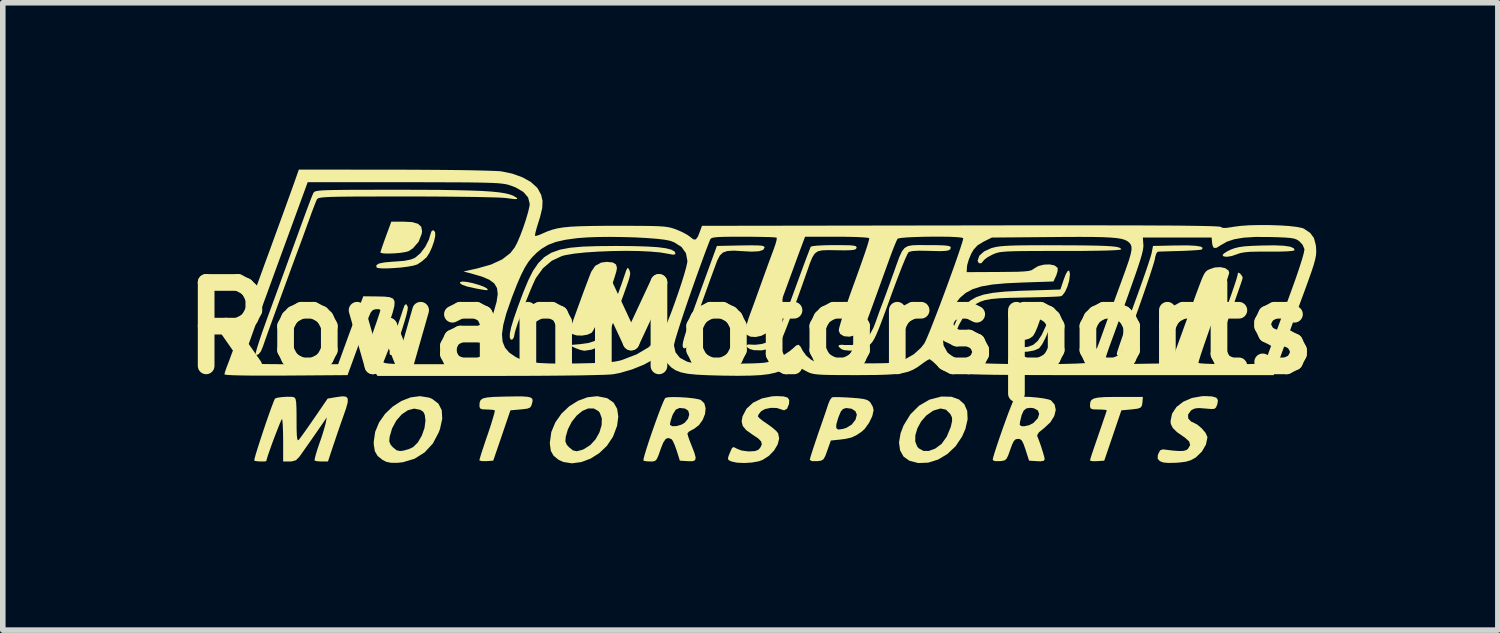
<source format=kicad_pcb>
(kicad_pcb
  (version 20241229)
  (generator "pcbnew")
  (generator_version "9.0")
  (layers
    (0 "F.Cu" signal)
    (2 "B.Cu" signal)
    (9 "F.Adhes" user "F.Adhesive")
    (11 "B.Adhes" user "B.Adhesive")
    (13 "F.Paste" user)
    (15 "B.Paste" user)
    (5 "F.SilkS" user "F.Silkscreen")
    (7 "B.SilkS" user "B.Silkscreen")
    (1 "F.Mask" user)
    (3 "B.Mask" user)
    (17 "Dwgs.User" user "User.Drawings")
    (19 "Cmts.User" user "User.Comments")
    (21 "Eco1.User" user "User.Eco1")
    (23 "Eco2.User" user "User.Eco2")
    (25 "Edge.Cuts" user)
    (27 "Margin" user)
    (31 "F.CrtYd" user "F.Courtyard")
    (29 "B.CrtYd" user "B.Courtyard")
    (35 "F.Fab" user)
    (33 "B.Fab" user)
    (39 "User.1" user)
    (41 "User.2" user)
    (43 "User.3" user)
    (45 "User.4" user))
  (footprint "RowanMotorsports"
    (layer "F.Cu")
    (at 10.443 2.851)
    (property "Reference" "RowanMotorsports" (at 0 0 0) (layer "F.SilkS") (effects (font (size 1.5 1.5) (thickness 0.3))))
    (attr board_only exclude_from_pos_files exclude_from_bom)
    (fp_poly (pts (xy -5.091 -0.83) (xy -4.99 -0.809) (xy -4.886 -0.779) (xy -4.795 -0.746) (xy -4.736 -0.713) (xy -4.721 -0.693) (xy -4.729 -0.684) (xy -4.761 -0.684) (xy -4.829 -0.694) (xy -4.943 -0.715) (xy -4.947 -0.716) (xy -5.091 -0.748) (xy -5.184 -0.781) (xy -5.222 -0.811) (xy -5.216 -0.829) (xy -5.172 -0.838)) (stroke (width 0) (type solid)) (fill yes) (layer "F.SilkS"))
    (fp_poly (pts (xy -6.082 -1.907) (xy -5.977 -1.877) (xy -5.919 -1.825) (xy -5.903 -1.745) (xy -5.909 -1.698) (xy -5.965 -1.553) (xy -6.068 -1.435) (xy -6.14 -1.387) (xy -6.2 -1.369) (xy -6.292 -1.354) (xy -6.398 -1.345) (xy -6.503 -1.341) (xy -6.59 -1.343) (xy -6.643 -1.353) (xy -6.652 -1.362) (xy -6.642 -1.397) (xy -6.616 -1.475) (xy -6.578 -1.582) (xy -6.554 -1.648) (xy -6.456 -1.915) (xy -6.24 -1.915)) (stroke (width 0) (type solid)) (fill yes) (layer "F.SilkS"))
    (fp_poly (pts (xy -6.167 -0.399) (xy -6.159 -0.374) (xy -6.164 -0.325) (xy -6.185 -0.234) (xy -6.22 -0.113) (xy -6.262 0.023) (xy -6.309 0.163) (xy -6.356 0.292) (xy -6.398 0.397) (xy -6.43 0.465) (xy -6.441 0.48) (xy -6.472 0.483) (xy -6.487 0.46) (xy -6.485 0.413) (xy -6.465 0.324) (xy -6.43 0.206) (xy -6.394 0.1) (xy -6.344 -0.04) (xy -6.299 -0.172) (xy -6.264 -0.277) (xy -6.249 -0.324) (xy -6.218 -0.409) (xy -6.191 -0.434)) (stroke (width 0) (type solid)) (fill yes) (layer "F.SilkS"))
    (fp_poly (pts (xy 5.433 -0.313) (xy 5.439 -0.27) (xy 5.432 -0.186) (xy 5.402 -0.071) (xy 5.358 0.058) (xy 5.304 0.183) (xy 5.249 0.289) (xy 5.198 0.357) (xy 5.185 0.367) (xy 5.1 0.402) (xy 4.985 0.423) (xy 4.87 0.428) (xy 4.804 0.418) (xy 4.755 0.394) (xy 4.759 0.369) (xy 4.81 0.352) (xy 4.879 0.347) (xy 4.994 0.336) (xy 5.088 0.3) (xy 5.169 0.23) (xy 5.241 0.121) (xy 5.313 -0.035) (xy 5.372 -0.197) (xy 5.404 -0.286) (xy 5.423 -0.323)) (stroke (width 0) (type solid)) (fill yes) (layer "F.SilkS"))
    (fp_poly (pts (xy 5.216 -0.43) (xy 5.245 -0.409) (xy 5.253 -0.391) (xy 5.254 -0.335) (xy 5.235 -0.242) (xy 5.203 -0.129) (xy 5.162 -0.015) (xy 5.119 0.084) (xy 5.082 0.144) (xy 5.017 0.189) (xy 4.922 0.216) (xy 4.82 0.223) (xy 4.733 0.208) (xy 4.691 0.182) (xy 4.672 0.148) (xy 4.669 0.103) (xy 4.685 0.031) (xy 4.721 -0.081) (xy 4.721 -0.082) (xy 4.773 -0.225) (xy 4.82 -0.319) (xy 4.874 -0.377) (xy 4.944 -0.409) (xy 5.041 -0.426) (xy 5.06 -0.428) (xy 5.16 -0.436)) (stroke (width 0) (type solid)) (fill yes) (layer "F.SilkS"))
    (fp_poly (pts (xy 9.593 -1.482) (xy 9.708 -1.465) (xy 9.772 -1.437) (xy 9.789 -1.403) (xy 9.759 -1.391) (xy 9.672 -1.382) (xy 9.531 -1.377) (xy 9.337 -1.376) (xy 9.329 -1.376) (xy 9.136 -1.376) (xy 8.993 -1.373) (xy 8.889 -1.364) (xy 8.813 -1.35) (xy 8.757 -1.331) (xy 8.658 -1.297) (xy 8.57 -1.283) (xy 8.51 -1.291) (xy 8.492 -1.314) (xy 8.517 -1.343) (xy 8.582 -1.384) (xy 8.635 -1.41) (xy 8.707 -1.437) (xy 8.787 -1.457) (xy 8.889 -1.471) (xy 9.027 -1.48) (xy 9.201 -1.486) (xy 9.425 -1.489)) (stroke (width 0) (type solid)) (fill yes) (layer "F.SilkS"))
    (fp_poly (pts (xy -2.473 -1.181) (xy -2.415 -1.145) (xy -2.398 -1.083) (xy -2.409 -1.021) (xy -2.44 -0.917) (xy -2.485 -0.782) (xy -2.541 -0.627) (xy -2.603 -0.465) (xy -2.668 -0.305) (xy -2.729 -0.158) (xy -2.784 -0.037) (xy -2.828 0.047) (xy -2.853 0.083) (xy -2.927 0.117) (xy -3.025 0.134) (xy -3.123 0.131) (xy -3.196 0.108) (xy -3.207 0.1) (xy -3.239 0.053) (xy -3.243 0.035) (xy -3.233 0.000202) (xy -3.206 -0.081) (xy -3.165 -0.196) (xy -3.114 -0.337) (xy -3.058 -0.49) (xy -3.001 -0.647) (xy -2.945 -0.795) (xy -2.896 -0.925) (xy -2.861 -1.014) (xy -2.79 -1.12) (xy -2.682 -1.179) (xy -2.58 -1.192)) (stroke (width 0) (type solid)) (fill yes) (layer "F.SilkS"))
    (fp_poly (pts (xy 8.802 -0.986) (xy 8.809 -0.98) (xy 8.847 -0.931) (xy 8.854 -0.905) (xy 8.844 -0.867) (xy 8.816 -0.783) (xy 8.774 -0.662) (xy 8.722 -0.513) (xy 8.662 -0.346) (xy 8.599 -0.171) (xy 8.535 0.003) (xy 8.474 0.166) (xy 8.42 0.308) (xy 8.406 0.345) (xy 8.365 0.43) (xy 8.325 0.482) (xy 8.294 0.494) (xy 8.281 0.46) (xy 8.281 0.454) (xy 8.291 0.413) (xy 8.319 0.324) (xy 8.363 0.195) (xy 8.418 0.037) (xy 8.484 -0.144) (xy 8.522 -0.249) (xy 8.591 -0.438) (xy 8.652 -0.611) (xy 8.703 -0.759) (xy 8.74 -0.873) (xy 8.76 -0.943) (xy 8.763 -0.96) (xy 8.771 -0.999)) (stroke (width 0) (type solid)) (fill yes) (layer "F.SilkS"))
    (fp_poly (pts (xy -5.673 -1.734) (xy -5.668 -1.723) (xy -5.666 -1.659) (xy -5.687 -1.562) (xy -5.725 -1.453) (xy -5.772 -1.351) (xy -5.821 -1.276) (xy -5.823 -1.274) (xy -5.902 -1.204) (xy -5.986 -1.147) (xy -5.988 -1.146) (xy -6.054 -1.125) (xy -6.157 -1.106) (xy -6.282 -1.09) (xy -6.414 -1.08) (xy -6.538 -1.074) (xy -6.641 -1.075) (xy -6.707 -1.084) (xy -6.722 -1.093) (xy -6.725 -1.132) (xy -6.678 -1.162) (xy -6.578 -1.182) (xy -6.421 -1.196) (xy -6.395 -1.197) (xy -6.226 -1.21) (xy -6.105 -1.234) (xy -6.03 -1.265) (xy -5.934 -1.346) (xy -5.845 -1.463) (xy -5.78 -1.592) (xy -5.759 -1.665) (xy -5.735 -1.739) (xy -5.704 -1.764)) (stroke (width 0) (type solid)) (fill yes) (layer "F.SilkS"))
    (fp_poly (pts (xy 7.053 1.323) (xy 7.044 1.388) (xy 7.022 1.426) (xy 6.971 1.447) (xy 6.879 1.459) (xy 6.841 1.463) (xy 6.673 1.478) (xy 6.519 1.931) (xy 6.365 2.383) (xy 6.237 2.392) (xy 6.159 2.393) (xy 6.113 2.383) (xy 6.109 2.377) (xy 6.118 2.342) (xy 6.144 2.26) (xy 6.184 2.142) (xy 6.233 1.999) (xy 6.26 1.921) (xy 6.312 1.771) (xy 6.356 1.641) (xy 6.39 1.543) (xy 6.408 1.486) (xy 6.41 1.477) (xy 6.383 1.469) (xy 6.314 1.464) (xy 6.26 1.463) (xy 6.17 1.461) (xy 6.125 1.448) (xy 6.11 1.418) (xy 6.109 1.39) (xy 6.113 1.334) (xy 6.133 1.293) (xy 6.177 1.266) (xy 6.252 1.249) (xy 6.367 1.24) (xy 6.53 1.237) (xy 6.624 1.237) (xy 7.059 1.237)) (stroke (width 0) (type solid)) (fill yes) (layer "F.SilkS"))
    (fp_poly (pts (xy -2.193 -1.077) (xy -2.177 -1.047) (xy -2.167 -1.023) (xy -2.161 -0.998) (xy -2.162 -0.966) (xy -2.171 -0.92) (xy -2.191 -0.851) (xy -2.225 -0.753) (xy -2.273 -0.618) (xy -2.339 -0.439) (xy -2.393 -0.291) (xy -2.457 -0.124) (xy -2.519 0.028) (xy -2.575 0.153) (xy -2.619 0.24) (xy -2.643 0.275) (xy -2.734 0.34) (xy -2.856 0.387) (xy -2.98 0.406) (xy -2.986 0.406) (xy -3.053 0.393) (xy -3.139 0.361) (xy -3.152 0.355) (xy -3.258 0.305) (xy -3.062 0.288) (xy -2.916 0.268) (xy -2.812 0.236) (xy -2.733 0.185) (xy -2.694 0.146) (xy -2.667 0.1) (xy -2.625 0.007) (xy -2.57 -0.122) (xy -2.508 -0.278) (xy -2.441 -0.45) (xy -2.375 -0.628) (xy -2.312 -0.802) (xy -2.262 -0.95) (xy -2.231 -1.04) (xy -2.21 -1.08)) (stroke (width 0) (type solid)) (fill yes) (layer "F.SilkS"))
    (fp_poly (pts (xy 0.119 -1.488) (xy 0.195 -1.484) (xy 0.238 -1.474) (xy 0.255 -1.459) (xy 0.256 -1.449) (xy 0.231 -1.407) (xy 0.153 -1.382) (xy 0.02 -1.376) (xy -0.13 -1.384) (xy -0.295 -1.394) (xy -0.412 -1.387) (xy -0.493 -1.359) (xy -0.548 -1.306) (xy -0.591 -1.224) (xy -0.599 -1.205) (xy -0.655 -1.053) (xy -0.719 -0.879) (xy -0.787 -0.69) (xy -0.857 -0.496) (xy -0.925 -0.305) (xy -0.988 -0.125) (xy -1.043 0.034) (xy -1.087 0.164) (xy -1.118 0.257) (xy -1.131 0.303) (xy -1.131 0.305) (xy -1.149 0.351) (xy -1.186 0.365) (xy -1.202 0.356) (xy -1.214 0.336) (xy -1.217 0.302) (xy -1.209 0.249) (xy -1.189 0.17) (xy -1.155 0.061) (xy -1.106 -0.085) (xy -1.04 -0.273) (xy -0.954 -0.51) (xy -0.909 -0.633) (xy -0.601 -1.478) (xy -0.172 -1.487) (xy -0.001 -1.489)) (stroke (width 0) (type solid)) (fill yes) (layer "F.SilkS"))
    (fp_poly (pts (xy -4.098 1.228) (xy -4.004 1.235) (xy -3.947 1.249) (xy -3.92 1.272) (xy -3.915 1.306) (xy -3.921 1.336) (xy -3.938 1.395) (xy -3.962 1.429) (xy -4.008 1.447) (xy -4.092 1.458) (xy -4.143 1.463) (xy -4.314 1.478) (xy -4.468 1.931) (xy -4.623 2.383) (xy -4.747 2.392) (xy -4.824 2.392) (xy -4.868 2.38) (xy -4.872 2.373) (xy -4.862 2.336) (xy -4.837 2.252) (xy -4.798 2.134) (xy -4.75 1.99) (xy -4.725 1.919) (xy -4.675 1.77) (xy -4.635 1.641) (xy -4.607 1.544) (xy -4.594 1.488) (xy -4.595 1.479) (xy -4.632 1.469) (xy -4.707 1.464) (xy -4.741 1.463) (xy -4.823 1.459) (xy -4.861 1.442) (xy -4.871 1.404) (xy -4.871 1.395) (xy -4.867 1.335) (xy -4.849 1.292) (xy -4.808 1.264) (xy -4.735 1.247) (xy -4.621 1.237) (xy -4.457 1.232) (xy -4.429 1.231) (xy -4.237 1.228)) (stroke (width 0) (type solid)) (fill yes) (layer "F.SilkS"))
    (fp_poly (pts (xy 5.518 -1.49) (xy 5.814 -1.489) (xy 6.055 -1.487) (xy 6.246 -1.483) (xy 6.394 -1.478) (xy 6.503 -1.471) (xy 6.581 -1.462) (xy 6.631 -1.45) (xy 6.659 -1.435) (xy 6.672 -1.417) (xy 6.645 -1.409) (xy 6.561 -1.402) (xy 6.42 -1.396) (xy 6.227 -1.392) (xy 5.983 -1.389) (xy 5.691 -1.388) (xy 5.588 -1.388) (xy 5.302 -1.388) (xy 5.07 -1.387) (xy 4.884 -1.386) (xy 4.74 -1.383) (xy 4.629 -1.379) (xy 4.546 -1.373) (xy 4.483 -1.365) (xy 4.435 -1.354) (xy 4.395 -1.34) (xy 4.356 -1.323) (xy 4.351 -1.321) (xy 4.266 -1.275) (xy 4.206 -1.229) (xy 4.19 -1.208) (xy 4.154 -1.168) (xy 4.112 -1.167) (xy 4.089 -1.206) (xy 4.088 -1.214) (xy 4.118 -1.302) (xy 4.202 -1.378) (xy 4.332 -1.438) (xy 4.357 -1.445) (xy 4.413 -1.459) (xy 4.481 -1.47) (xy 4.569 -1.478) (xy 4.684 -1.484) (xy 4.833 -1.488) (xy 5.021 -1.49) (xy 5.257 -1.491)) (stroke (width 0) (type solid)) (fill yes) (layer "F.SilkS"))
    (fp_poly (pts (xy 5.746 -0.986) (xy 5.747 -0.963) (xy 5.735 -0.858) (xy 5.703 -0.748) (xy 5.66 -0.653) (xy 5.612 -0.589) (xy 5.585 -0.574) (xy 5.536 -0.569) (xy 5.437 -0.564) (xy 5.298 -0.559) (xy 5.129 -0.555) (xy 4.941 -0.551) (xy 4.902 -0.55) (xy 4.665 -0.545) (xy 4.478 -0.537) (xy 4.334 -0.524) (xy 4.222 -0.504) (xy 4.134 -0.475) (xy 4.059 -0.435) (xy 3.99 -0.381) (xy 3.931 -0.326) (xy 3.835 -0.206) (xy 3.747 -0.049) (xy 3.681 0.121) (xy 3.665 0.181) (xy 3.648 0.238) (xy 3.632 0.24) (xy 3.621 0.219) (xy 3.61 0.16) (xy 3.622 0.081) (xy 3.66 -0.03) (xy 3.728 -0.181) (xy 3.728 -0.181) (xy 3.796 -0.31) (xy 3.869 -0.414) (xy 3.955 -0.495) (xy 4.061 -0.557) (xy 4.195 -0.603) (xy 4.363 -0.635) (xy 4.575 -0.657) (xy 4.836 -0.671) (xy 4.96 -0.675) (xy 5.576 -0.694) (xy 5.634 -0.867) (xy 5.674 -0.972) (xy 5.709 -1.029) (xy 5.734 -1.034)) (stroke (width 0) (type solid)) (fill yes) (layer "F.SilkS"))
    (fp_poly (pts (xy 3.616 1.234) (xy 3.752 1.282) (xy 3.848 1.368) (xy 3.901 1.489) (xy 3.908 1.639) (xy 3.868 1.813) (xy 3.808 1.95) (xy 3.691 2.125) (xy 3.543 2.264) (xy 3.376 2.364) (xy 3.198 2.419) (xy 3.019 2.426) (xy 2.86 2.384) (xy 2.755 2.309) (xy 2.693 2.197) (xy 2.674 2.055) (xy 2.677 2.04) (xy 2.966 2.04) (xy 3.004 2.134) (xy 3.032 2.163) (xy 3.115 2.208) (xy 3.208 2.209) (xy 3.324 2.167) (xy 3.439 2.082) (xy 3.534 1.949) (xy 3.604 1.779) (xy 3.609 1.76) (xy 3.629 1.668) (xy 3.627 1.607) (xy 3.601 1.551) (xy 3.595 1.542) (xy 3.518 1.466) (xy 3.422 1.445) (xy 3.303 1.479) (xy 3.279 1.49) (xy 3.165 1.571) (xy 3.072 1.678) (xy 3.005 1.801) (xy 2.968 1.925) (xy 2.966 2.04) (xy 2.677 2.04) (xy 2.702 1.891) (xy 2.756 1.75) (xy 2.879 1.55) (xy 3.036 1.394) (xy 3.221 1.286) (xy 3.427 1.232) (xy 3.441 1.23)) (stroke (width 0) (type solid)) (fill yes) (layer "F.SilkS"))
    (fp_poly (pts (xy -2.585 1.257) (xy -2.565 1.265) (xy -2.459 1.339) (xy -2.395 1.45) (xy -2.374 1.591) (xy -2.396 1.757) (xy -2.464 1.939) (xy -2.475 1.961) (xy -2.58 2.118) (xy -2.717 2.248) (xy -2.874 2.347) (xy -3.042 2.409) (xy -3.208 2.431) (xy -3.362 2.407) (xy -3.445 2.37) (xy -3.536 2.297) (xy -3.587 2.209) (xy -3.604 2.086) (xy -3.605 2.054) (xy -3.602 2.037) (xy -3.326 2.037) (xy -3.3 2.098) (xy -3.262 2.14) (xy -3.191 2.198) (xy -3.121 2.214) (xy -3.031 2.191) (xy -2.993 2.176) (xy -2.877 2.102) (xy -2.782 1.998) (xy -2.713 1.874) (xy -2.674 1.745) (xy -2.67 1.623) (xy -2.707 1.522) (xy -2.73 1.493) (xy -2.816 1.444) (xy -2.915 1.444) (xy -3.019 1.488) (xy -3.12 1.57) (xy -3.21 1.682) (xy -3.28 1.818) (xy -3.319 1.953) (xy -3.326 2.037) (xy -3.602 2.037) (xy -3.579 1.869) (xy -3.506 1.694) (xy -3.396 1.538) (xy -3.257 1.406) (xy -3.098 1.306) (xy -2.927 1.243) (xy -2.753 1.224)) (stroke (width 0) (type solid)) (fill yes) (layer "F.SilkS"))
    (fp_poly (pts (xy 8.007 -1.481) (xy 8.097 -1.467) (xy 8.134 -1.445) (xy 8.123 -1.416) (xy 8.088 -1.408) (xy 8.004 -1.401) (xy 7.885 -1.394) (xy 7.742 -1.388) (xy 7.733 -1.388) (xy 7.587 -1.384) (xy 7.462 -1.38) (xy 7.372 -1.377) (xy 7.328 -1.375) (xy 7.327 -1.375) (xy 7.303 -1.347) (xy 7.281 -1.278) (xy 7.276 -1.244) (xy 7.261 -1.187) (xy 7.229 -1.083) (xy 7.183 -0.941) (xy 7.126 -0.772) (xy 7.061 -0.584) (xy 6.992 -0.387) (xy 6.922 -0.192) (xy 6.854 -0.006) (xy 6.792 0.16) (xy 6.739 0.296) (xy 6.699 0.393) (xy 6.696 0.4) (xy 6.656 0.468) (xy 6.619 0.497) (xy 6.595 0.482) (xy 6.591 0.455) (xy 6.601 0.417) (xy 6.63 0.33) (xy 6.674 0.201) (xy 6.731 0.038) (xy 6.799 -0.15) (xy 6.875 -0.358) (xy 6.89 -0.4) (xy 6.969 -0.616) (xy 7.042 -0.82) (xy 7.106 -1.003) (xy 7.158 -1.157) (xy 7.195 -1.272) (xy 7.215 -1.341) (xy 7.216 -1.346) (xy 7.242 -1.478) (xy 7.661 -1.487) (xy 7.863 -1.488)) (stroke (width 0) (type solid)) (fill yes) (layer "F.SilkS"))
    (fp_poly (pts (xy -5.777 1.249) (xy -5.717 1.275) (xy -5.608 1.359) (xy -5.549 1.476) (xy -5.54 1.627) (xy -5.58 1.812) (xy -5.603 1.875) (xy -5.709 2.075) (xy -5.856 2.234) (xy -6.037 2.348) (xy -6.246 2.411) (xy -6.335 2.421) (xy -6.457 2.422) (xy -6.544 2.405) (xy -6.612 2.371) (xy -6.702 2.299) (xy -6.752 2.214) (xy -6.771 2.096) (xy -6.772 2.046) (xy -6.771 2.036) (xy -6.493 2.036) (xy -6.468 2.097) (xy -6.427 2.143) (xy -6.361 2.197) (xy -6.297 2.21) (xy -6.238 2.203) (xy -6.145 2.177) (xy -6.066 2.141) (xy -6.064 2.139) (xy -5.979 2.056) (xy -5.908 1.934) (xy -5.859 1.796) (xy -5.842 1.665) (xy -5.843 1.652) (xy -5.854 1.56) (xy -5.879 1.507) (xy -5.929 1.472) (xy -5.936 1.469) (xy -6.046 1.447) (xy -6.159 1.477) (xy -6.269 1.551) (xy -6.366 1.662) (xy -6.442 1.803) (xy -6.486 1.953) (xy -6.493 2.036) (xy -6.771 2.036) (xy -6.746 1.864) (xy -6.675 1.694) (xy -6.567 1.54) (xy -6.43 1.41) (xy -6.275 1.31) (xy -6.108 1.245) (xy -5.939 1.223)) (stroke (width 0) (type solid)) (fill yes) (layer "F.SilkS"))
    (fp_poly (pts (xy -2.109 -1.475) (xy -1.862 -1.468) (xy -1.667 -1.456) (xy -1.522 -1.437) (xy -1.423 -1.412) (xy -1.366 -1.381) (xy -1.354 -1.368) (xy -1.347 -1.33) (xy -1.39 -1.321) (xy -1.483 -1.338) (xy -1.617 -1.361) (xy -1.798 -1.377) (xy -2.013 -1.387) (xy -2.25 -1.39) (xy -2.497 -1.386) (xy -2.74 -1.376) (xy -2.968 -1.361) (xy -3.167 -1.34) (xy -3.325 -1.313) (xy -3.388 -1.297) (xy -3.57 -1.212) (xy -3.729 -1.077) (xy -3.854 -0.904) (xy -3.867 -0.879) (xy -3.908 -0.79) (xy -3.96 -0.668) (xy -4.018 -0.525) (xy -4.077 -0.373) (xy -4.133 -0.224) (xy -4.181 -0.09) (xy -4.217 0.018) (xy -4.237 0.087) (xy -4.239 0.101) (xy -4.251 0.163) (xy -4.278 0.205) (xy -4.307 0.207) (xy -4.308 0.207) (xy -4.326 0.166) (xy -4.324 0.094) (xy -4.301 -0.015) (xy -4.255 -0.167) (xy -4.186 -0.367) (xy -4.181 -0.381) (xy -4.084 -0.641) (xy -3.995 -0.856) (xy -3.907 -1.032) (xy -3.812 -1.17) (xy -3.705 -1.277) (xy -3.578 -1.356) (xy -3.425 -1.411) (xy -3.239 -1.446) (xy -3.013 -1.466) (xy -2.74 -1.475) (xy -2.414 -1.478) (xy -2.413 -1.478)) (stroke (width 0) (type solid)) (fill yes) (layer "F.SilkS"))
    (fp_poly (pts (xy 0.601 1.228) (xy 0.672 1.25) (xy 0.7 1.293) (xy 0.696 1.364) (xy 0.695 1.366) (xy 0.661 1.449) (xy 0.607 1.478) (xy 0.555 1.461) (xy 0.473 1.435) (xy 0.367 1.434) (xy 0.264 1.455) (xy 0.196 1.493) (xy 0.152 1.547) (xy 0.136 1.584) (xy 0.159 1.615) (xy 0.221 1.665) (xy 0.301 1.72) (xy 0.393 1.786) (xy 0.466 1.849) (xy 0.5 1.89) (xy 0.519 1.985) (xy 0.492 2.092) (xy 0.427 2.201) (xy 0.334 2.297) (xy 0.22 2.37) (xy 0.151 2.395) (xy 0.027 2.417) (xy -0.112 2.425) (xy -0.242 2.419) (xy -0.339 2.398) (xy -0.339 2.397) (xy -0.386 2.376) (xy -0.403 2.35) (xy -0.392 2.302) (xy -0.362 2.228) (xy -0.331 2.159) (xy -0.304 2.138) (xy -0.264 2.155) (xy -0.242 2.168) (xy -0.16 2.2) (xy -0.047 2.216) (xy -0.018 2.217) (xy 0.083 2.211) (xy 0.144 2.188) (xy 0.177 2.153) (xy 0.206 2.094) (xy 0.197 2.041) (xy 0.143 1.984) (xy 0.044 1.918) (xy -0.072 1.836) (xy -0.136 1.76) (xy -0.156 1.677) (xy -0.14 1.586) (xy -0.069 1.45) (xy 0.049 1.341) (xy 0.206 1.265) (xy 0.392 1.226) (xy 0.479 1.222)) (stroke (width 0) (type solid)) (fill yes) (layer "F.SilkS"))
    (fp_poly (pts (xy 1.677 -1.492) (xy 1.79 -1.49) (xy 1.861 -1.483) (xy 1.898 -1.473) (xy 1.911 -1.457) (xy 1.91 -1.444) (xy 1.899 -1.423) (xy 1.867 -1.409) (xy 1.806 -1.402) (xy 1.704 -1.399) (xy 1.553 -1.401) (xy 1.548 -1.401) (xy 1.399 -1.403) (xy 1.292 -1.399) (xy 1.216 -1.382) (xy 1.16 -1.343) (xy 1.115 -1.273) (xy 1.071 -1.166) (xy 1.018 -1.013) (xy 1.001 -0.965) (xy 0.931 -0.767) (xy 0.858 -0.564) (xy 0.786 -0.367) (xy 0.717 -0.183) (xy 0.656 -0.023) (xy 0.605 0.105) (xy 0.568 0.192) (xy 0.552 0.225) (xy 0.467 0.309) (xy 0.345 0.37) (xy 0.204 0.4) (xy 0.065 0.396) (xy -0.008 0.376) (xy -0.065 0.339) (xy -0.072 0.306) (xy -0.029 0.292) (xy 0.008 0.296) (xy 0.091 0.299) (xy 0.193 0.287) (xy 0.215 0.282) (xy 0.287 0.26) (xy 0.349 0.23) (xy 0.405 0.184) (xy 0.459 0.116) (xy 0.514 0.022) (xy 0.574 -0.107) (xy 0.643 -0.276) (xy 0.725 -0.491) (xy 0.797 -0.688) (xy 0.871 -0.89) (xy 0.938 -1.072) (xy 0.996 -1.229) (xy 1.043 -1.352) (xy 1.074 -1.433) (xy 1.087 -1.465) (xy 1.122 -1.475) (xy 1.206 -1.484) (xy 1.327 -1.49) (xy 1.473 -1.493) (xy 1.512 -1.493)) (stroke (width 0) (type solid)) (fill yes) (layer "F.SilkS"))
    (fp_poly (pts (xy 8.304 1.228) (xy 8.379 1.25) (xy 8.409 1.293) (xy 8.401 1.361) (xy 8.395 1.376) (xy 8.376 1.424) (xy 8.35 1.449) (xy 8.301 1.455) (xy 8.213 1.448) (xy 8.179 1.445) (xy 8.069 1.437) (xy 7.997 1.444) (xy 7.944 1.468) (xy 7.922 1.484) (xy 7.873 1.553) (xy 7.875 1.624) (xy 7.925 1.679) (xy 7.952 1.69) (xy 8.037 1.734) (xy 8.121 1.805) (xy 8.187 1.884) (xy 8.219 1.955) (xy 8.22 1.967) (xy 8.194 2.093) (xy 8.122 2.218) (xy 8.017 2.32) (xy 8.003 2.331) (xy 7.922 2.375) (xy 7.833 2.402) (xy 7.713 2.417) (xy 7.653 2.421) (xy 7.514 2.424) (xy 7.422 2.415) (xy 7.366 2.392) (xy 7.364 2.391) (xy 7.326 2.349) (xy 7.327 2.293) (xy 7.337 2.26) (xy 7.37 2.197) (xy 7.419 2.18) (xy 7.439 2.182) (xy 7.601 2.202) (xy 7.715 2.21) (xy 7.792 2.207) (xy 7.842 2.192) (xy 7.87 2.171) (xy 7.91 2.104) (xy 7.893 2.039) (xy 7.817 1.97) (xy 7.798 1.957) (xy 7.674 1.871) (xy 7.598 1.796) (xy 7.562 1.723) (xy 7.557 1.671) (xy 7.585 1.537) (xy 7.664 1.418) (xy 7.786 1.323) (xy 7.941 1.256) (xy 8.121 1.224) (xy 8.177 1.222)) (stroke (width 0) (type solid)) (fill yes) (layer "F.SilkS"))
    (fp_poly (pts (xy 1.606 1.241) (xy 1.725 1.246) (xy 1.807 1.251) (xy 1.948 1.262) (xy 2.041 1.275) (xy 2.101 1.292) (xy 2.141 1.318) (xy 2.161 1.34) (xy 2.203 1.413) (xy 2.217 1.474) (xy 2.194 1.581) (xy 2.137 1.7) (xy 2.06 1.808) (xy 2.002 1.862) (xy 1.905 1.927) (xy 1.818 1.967) (xy 1.713 1.991) (xy 1.614 2.004) (xy 1.448 2.021) (xy 1.384 2.202) (xy 1.348 2.3) (xy 1.317 2.355) (xy 1.279 2.381) (xy 1.22 2.391) (xy 1.196 2.392) (xy 1.106 2.391) (xy 1.071 2.369) (xy 1.071 2.364) (xy 1.08 2.324) (xy 1.107 2.237) (xy 1.146 2.116) (xy 1.195 1.972) (xy 1.218 1.902) (xy 1.255 1.797) (xy 1.545 1.797) (xy 1.581 1.824) (xy 1.659 1.814) (xy 1.728 1.793) (xy 1.824 1.734) (xy 1.892 1.646) (xy 1.916 1.556) (xy 1.889 1.492) (xy 1.82 1.449) (xy 1.727 1.437) (xy 1.715 1.439) (xy 1.666 1.455) (xy 1.628 1.499) (xy 1.591 1.586) (xy 1.582 1.611) (xy 1.547 1.728) (xy 1.545 1.797) (xy 1.255 1.797) (xy 1.274 1.743) (xy 1.325 1.594) (xy 1.367 1.471) (xy 1.395 1.386) (xy 1.401 1.368) (xy 1.432 1.293) (xy 1.466 1.248) (xy 1.472 1.244) (xy 1.516 1.24)) (stroke (width 0) (type solid)) (fill yes) (layer "F.SilkS"))
    (fp_poly (pts (xy 3.166 -1.493) (xy 3.198 -1.493) (xy 3.367 -1.492) (xy 3.484 -1.488) (xy 3.557 -1.48) (xy 3.595 -1.468) (xy 3.605 -1.451) (xy 3.597 -1.42) (xy 3.569 -1.4) (xy 3.511 -1.389) (xy 3.413 -1.385) (xy 3.268 -1.388) (xy 3.208 -1.39) (xy 3.038 -1.393) (xy 2.923 -1.387) (xy 2.857 -1.372) (xy 2.845 -1.364) (xy 2.823 -1.327) (xy 2.784 -1.241) (xy 2.731 -1.113) (xy 2.668 -0.951) (xy 2.597 -0.764) (xy 2.521 -0.558) (xy 2.518 -0.548) (xy 2.433 -0.314) (xy 2.365 -0.13) (xy 2.311 0.01) (xy 2.267 0.114) (xy 2.231 0.189) (xy 2.199 0.242) (xy 2.169 0.279) (xy 2.137 0.307) (xy 2.133 0.31) (xy 2.038 0.359) (xy 1.917 0.392) (xy 1.791 0.405) (xy 1.684 0.395) (xy 1.637 0.376) (xy 1.588 0.333) (xy 1.594 0.305) (xy 1.651 0.298) (xy 1.685 0.303) (xy 1.829 0.304) (xy 1.974 0.262) (xy 2.093 0.185) (xy 2.105 0.173) (xy 2.159 0.097) (xy 2.215 -0.009) (xy 2.247 -0.091) (xy 2.293 -0.22) (xy 2.341 -0.353) (xy 2.368 -0.422) (xy 2.4 -0.508) (xy 2.447 -0.635) (xy 2.502 -0.786) (xy 2.559 -0.945) (xy 2.567 -0.965) (xy 2.632 -1.149) (xy 2.682 -1.285) (xy 2.726 -1.38) (xy 2.774 -1.441) (xy 2.833 -1.475) (xy 2.912 -1.49) (xy 3.02 -1.494)) (stroke (width 0) (type solid)) (fill yes) (layer "F.SilkS"))
    (fp_poly (pts (xy 5.029 1.237) (xy 5.158 1.248) (xy 5.276 1.264) (xy 5.366 1.283) (xy 5.406 1.298) (xy 5.473 1.374) (xy 5.493 1.471) (xy 5.466 1.58) (xy 5.397 1.692) (xy 5.287 1.795) (xy 5.273 1.806) (xy 5.19 1.873) (xy 5.159 1.924) (xy 5.162 1.945) (xy 5.194 2.027) (xy 5.23 2.129) (xy 5.262 2.232) (xy 5.286 2.315) (xy 5.294 2.359) (xy 5.277 2.385) (xy 5.219 2.395) (xy 5.154 2.392) (xy 5.013 2.383) (xy 4.95 2.187) (xy 4.913 2.081) (xy 4.883 2.022) (xy 4.85 1.996) (xy 4.814 1.991) (xy 4.772 1.999) (xy 4.739 2.03) (xy 4.706 2.098) (xy 4.674 2.187) (xy 4.637 2.29) (xy 4.607 2.35) (xy 4.572 2.378) (xy 4.52 2.389) (xy 4.482 2.392) (xy 4.394 2.391) (xy 4.359 2.37) (xy 4.359 2.366) (xy 4.369 2.319) (xy 4.396 2.229) (xy 4.436 2.106) (xy 4.485 1.961) (xy 4.539 1.806) (xy 4.563 1.74) (xy 4.845 1.74) (xy 4.873 1.762) (xy 4.924 1.765) (xy 5.014 1.746) (xy 5.092 1.704) (xy 5.17 1.621) (xy 5.195 1.542) (xy 5.17 1.479) (xy 5.098 1.44) (xy 5.033 1.433) (xy 4.964 1.444) (xy 4.916 1.483) (xy 4.88 1.562) (xy 4.851 1.682) (xy 4.845 1.74) (xy 4.563 1.74) (xy 4.595 1.651) (xy 4.648 1.507) (xy 4.696 1.385) (xy 4.733 1.296) (xy 4.755 1.251) (xy 4.758 1.247) (xy 4.812 1.236) (xy 4.909 1.233)) (stroke (width 0) (type solid)) (fill yes) (layer "F.SilkS"))
    (fp_poly (pts (xy -1.262 1.242) (xy -1.135 1.25) (xy -1.017 1.263) (xy -0.927 1.28) (xy -0.891 1.291) (xy -0.828 1.35) (xy -0.804 1.439) (xy -0.814 1.543) (xy -0.856 1.649) (xy -0.924 1.744) (xy -1.016 1.814) (xy -1.038 1.824) (xy -1.101 1.859) (xy -1.131 1.894) (xy -1.131 1.897) (xy -1.12 1.941) (xy -1.092 2.022) (xy -1.056 2.112) (xy -1.006 2.241) (xy -0.983 2.325) (xy -0.991 2.372) (xy -1.03 2.392) (xy -1.104 2.393) (xy -1.124 2.392) (xy -1.267 2.383) (xy -1.324 2.202) (xy -1.359 2.104) (xy -1.393 2.03) (xy -1.414 1.999) (xy -1.472 1.975) (xy -1.52 1.991) (xy -1.564 2.055) (xy -1.611 2.171) (xy -1.616 2.187) (xy -1.654 2.295) (xy -1.683 2.358) (xy -1.714 2.388) (xy -1.757 2.398) (xy -1.797 2.398) (xy -1.873 2.394) (xy -1.919 2.384) (xy -1.922 2.382) (xy -1.919 2.348) (xy -1.898 2.269) (xy -1.863 2.155) (xy -1.818 2.016) (xy -1.766 1.864) (xy -1.718 1.728) (xy -1.445 1.728) (xy -1.443 1.742) (xy -1.399 1.764) (xy -1.324 1.761) (xy -1.24 1.736) (xy -1.181 1.702) (xy -1.12 1.63) (xy -1.098 1.552) (xy -1.116 1.485) (xy -1.174 1.446) (xy -1.174 1.446) (xy -1.272 1.435) (xy -1.34 1.465) (xy -1.391 1.546) (xy -1.406 1.584) (xy -1.433 1.668) (xy -1.445 1.728) (xy -1.718 1.728) (xy -1.711 1.708) (xy -1.657 1.56) (xy -1.608 1.43) (xy -1.566 1.329) (xy -1.537 1.268) (xy -1.527 1.254) (xy -1.475 1.243) (xy -1.381 1.239)) (stroke (width 0) (type solid)) (fill yes) (layer "F.SilkS"))
    (fp_poly (pts (xy -7.271 1.232) (xy -7.24 1.266) (xy -7.24 1.334) (xy -7.27 1.444) (xy -7.311 1.562) (xy -7.369 1.727) (xy -7.434 1.915) (xy -7.492 2.088) (xy -7.503 2.119) (xy -7.595 2.398) (xy -7.707 2.398) (xy -7.784 2.394) (xy -7.831 2.384) (xy -7.835 2.381) (xy -7.833 2.348) (xy -7.813 2.27) (xy -7.78 2.163) (xy -7.754 2.087) (xy -7.708 1.955) (xy -7.67 1.832) (xy -7.643 1.737) (xy -7.636 1.708) (xy -7.617 1.605) (xy -7.687 1.708) (xy -7.757 1.81) (xy -7.843 1.934) (xy -7.932 2.062) (xy -8.016 2.181) (xy -8.082 2.275) (xy -8.111 2.315) (xy -8.17 2.375) (xy -8.248 2.397) (xy -8.286 2.398) (xy -8.401 2.398) (xy -8.401 2.026) (xy -8.403 1.882) (xy -8.407 1.761) (xy -8.413 1.674) (xy -8.42 1.635) (xy -8.421 1.635) (xy -8.435 1.656) (xy -8.464 1.723) (xy -8.503 1.821) (xy -8.549 1.939) (xy -8.596 2.064) (xy -8.639 2.185) (xy -8.675 2.288) (xy -8.697 2.361) (xy -8.703 2.389) (xy -8.729 2.397) (xy -8.789 2.398) (xy -8.857 2.395) (xy -8.909 2.387) (xy -8.921 2.381) (xy -8.916 2.35) (xy -8.895 2.272) (xy -8.86 2.159) (xy -8.816 2.022) (xy -8.766 1.87) (xy -8.714 1.715) (xy -8.663 1.568) (xy -8.617 1.439) (xy -8.579 1.339) (xy -8.554 1.278) (xy -8.546 1.266) (xy -8.504 1.251) (xy -8.425 1.24) (xy -8.332 1.234) (xy -8.25 1.235) (xy -8.213 1.241) (xy -8.191 1.253) (xy -8.176 1.282) (xy -8.167 1.336) (xy -8.162 1.426) (xy -8.16 1.562) (xy -8.16 1.652) (xy -8.159 1.816) (xy -8.155 1.926) (xy -8.148 1.99) (xy -8.137 2.016) (xy -8.122 2.011) (xy -8.092 1.973) (xy -8.036 1.896) (xy -7.96 1.789) (xy -7.872 1.662) (xy -7.843 1.62) (xy -7.601 1.267) (xy -7.442 1.24) (xy -7.337 1.226)) (stroke (width 0) (type solid)) (fill yes) (layer "F.SilkS"))
    (fp_poly (pts (xy -5.948 -2.488) (xy -5.595 -2.486) (xy -5.294 -2.481) (xy -5.04 -2.475) (xy -4.829 -2.467) (xy -4.657 -2.456) (xy -4.519 -2.442) (xy -4.41 -2.425) (xy -4.328 -2.405) (xy -4.266 -2.382) (xy -4.258 -2.378) (xy -4.198 -2.342) (xy -4.191 -2.323) (xy -4.239 -2.32) (xy -4.343 -2.333) (xy -4.376 -2.338) (xy -4.441 -2.344) (xy -4.561 -2.35) (xy -4.729 -2.354) (xy -4.938 -2.359) (xy -5.183 -2.362) (xy -5.458 -2.365) (xy -5.756 -2.367) (xy -6.072 -2.368) (xy -6.16 -2.368) (xy -6.513 -2.368) (xy -6.811 -2.367) (xy -7.058 -2.367) (xy -7.259 -2.365) (xy -7.419 -2.363) (xy -7.542 -2.36) (xy -7.635 -2.355) (xy -7.701 -2.35) (xy -7.745 -2.343) (xy -7.772 -2.334) (xy -7.787 -2.324) (xy -7.794 -2.315) (xy -7.816 -2.265) (xy -7.852 -2.173) (xy -7.896 -2.056) (xy -7.919 -1.991) (xy -7.967 -1.859) (xy -8.012 -1.735) (xy -8.046 -1.641) (xy -8.056 -1.614) (xy -8.144 -1.377) (xy -8.235 -1.131) (xy -8.326 -0.882) (xy -8.415 -0.639) (xy -8.5 -0.407) (xy -8.577 -0.195) (xy -8.645 -0.008) (xy -8.7 0.146) (xy -8.74 0.259) (xy -8.763 0.325) (xy -8.767 0.336) (xy -8.801 0.417) (xy -8.843 0.47) (xy -8.881 0.484) (xy -8.897 0.472) (xy -8.892 0.436) (xy -8.869 0.352) (xy -8.83 0.23) (xy -8.779 0.078) (xy -8.717 -0.095) (xy -8.701 -0.141) (xy -8.627 -0.343) (xy -8.551 -0.55) (xy -8.479 -0.747) (xy -8.417 -0.918) (xy -8.372 -1.041) (xy -8.251 -1.374) (xy -8.149 -1.654) (xy -8.065 -1.885) (xy -7.997 -2.07) (xy -7.944 -2.213) (xy -7.904 -2.318) (xy -7.876 -2.388) (xy -7.859 -2.426) (xy -7.857 -2.431) (xy -7.848 -2.444) (xy -7.833 -2.455) (xy -7.806 -2.464) (xy -7.764 -2.471) (xy -7.699 -2.477) (xy -7.609 -2.481) (xy -7.487 -2.484) (xy -7.328 -2.486) (xy -7.127 -2.488) (xy -6.879 -2.488) (xy -6.58 -2.489) (xy -6.356 -2.489)) (stroke (width 0) (type solid)) (fill yes) (layer "F.SilkS"))
    (fp_poly (pts (xy -6.413 -2.85) (xy -6.089 -2.849) (xy -5.778 -2.847) (xy -5.485 -2.845) (xy -5.217 -2.842) (xy -4.979 -2.838) (xy -4.779 -2.833) (xy -4.623 -2.828) (xy -4.517 -2.823) (xy -4.48 -2.82) (xy -4.283 -2.779) (xy -4.101 -2.714) (xy -3.949 -2.63) (xy -3.841 -2.533) (xy -3.822 -2.509) (xy -3.762 -2.399) (xy -3.736 -2.288) (xy -3.742 -2.16) (xy -3.78 -2.001) (xy -3.802 -1.93) (xy -3.838 -1.815) (xy -3.863 -1.723) (xy -3.873 -1.669) (xy -3.872 -1.66) (xy -3.838 -1.662) (xy -3.771 -1.686) (xy -3.738 -1.701) (xy -3.652 -1.739) (xy -3.566 -1.769) (xy -3.473 -1.793) (xy -3.365 -1.811) (xy -3.234 -1.824) (xy -3.072 -1.832) (xy -2.871 -1.837) (xy -2.624 -1.84) (xy -2.398 -1.84) (xy -2.141 -1.84) (xy -1.937 -1.839) (xy -1.778 -1.837) (xy -1.655 -1.833) (xy -1.562 -1.827) (xy -1.489 -1.818) (xy -1.431 -1.806) (xy -1.378 -1.79) (xy -1.33 -1.773) (xy -1.223 -1.727) (xy -1.132 -1.677) (xy -1.087 -1.645) (xy -1.024 -1.596) (xy -0.98 -1.595) (xy -0.943 -1.645) (xy -0.916 -1.712) (xy -0.869 -1.84) (xy 3.787 -1.847) (xy 4.444 -1.848) (xy 5.043 -1.849) (xy 5.586 -1.849) (xy 6.074 -1.849) (xy 6.51 -1.848) (xy 6.897 -1.848) (xy 7.235 -1.846) (xy 7.528 -1.845) (xy 7.776 -1.843) (xy 7.983 -1.84) (xy 8.15 -1.837) (xy 8.279 -1.834) (xy 8.373 -1.83) (xy 8.433 -1.826) (xy 8.462 -1.821) (xy 8.465 -1.819) (xy 8.493 -1.803) (xy 8.555 -1.802) (xy 8.661 -1.817) (xy 8.693 -1.823) (xy 8.818 -1.839) (xy 8.976 -1.85) (xy 9.155 -1.854) (xy 9.343 -1.853) (xy 9.527 -1.847) (xy 9.693 -1.836) (xy 9.831 -1.82) (xy 9.927 -1.8) (xy 9.955 -1.789) (xy 10.068 -1.713) (xy 10.136 -1.62) (xy 10.169 -1.495) (xy 10.175 -1.439) (xy 10.177 -1.375) (xy 10.173 -1.312) (xy 10.159 -1.238) (xy 10.134 -1.146) (xy 10.095 -1.025) (xy 10.039 -0.867) (xy 9.971 -0.679) (xy 9.89 -0.46) (xy 9.803 -0.223) (xy 9.716 0.014) (xy 9.636 0.231) (xy 9.583 0.377) (xy 9.411 0.845) (xy 6.576 0.845) (xy 6.081 0.845) (xy 5.642 0.845) (xy 5.257 0.844) (xy 4.921 0.843) (xy 4.63 0.841) (xy 4.382 0.839) (xy 4.172 0.835) (xy 3.996 0.83) (xy 3.852 0.823) (xy 3.735 0.814) (xy 3.641 0.804) (xy 3.568 0.791) (xy 3.511 0.775) (xy 3.466 0.757) (xy 3.431 0.737) (xy 3.401 0.713) (xy 3.372 0.685) (xy 3.345 0.659) (xy 3.281 0.599) (xy 3.234 0.564) (xy 3.221 0.559) (xy 3.185 0.576) (xy 3.12 0.619) (xy 3.081 0.648) (xy 3.001 0.705) (xy 2.924 0.749) (xy 2.84 0.784) (xy 2.741 0.808) (xy 2.619 0.826) (xy 2.465 0.836) (xy 2.272 0.842) (xy 2.031 0.844) (xy 1.9 0.845) (xy 1.665 0.844) (xy 1.481 0.843) (xy 1.341 0.84) (xy 1.237 0.835) (xy 1.161 0.827) (xy 1.104 0.816) (xy 1.059 0.801) (xy 1.026 0.785) (xy 0.942 0.74) (xy 0.878 0.698) (xy 0.865 0.687) (xy 0.829 0.659) (xy 0.792 0.653) (xy 0.736 0.673) (xy 0.645 0.722) (xy 0.645 0.722) (xy 0.551 0.767) (xy 0.448 0.802) (xy 0.327 0.828) (xy 0.181 0.845) (xy -0.000469 0.854) (xy -0.225 0.857) (xy -0.499 0.854) (xy -0.756 0.847) (xy -0.962 0.837) (xy -1.123 0.821) (xy -1.248 0.795) (xy -1.345 0.757) (xy -1.422 0.706) (xy -1.487 0.638) (xy -1.548 0.55) (xy -1.569 0.516) (xy -1.591 0.491) (xy -1.625 0.492) (xy -1.683 0.524) (xy -1.735 0.558) (xy -1.912 0.656) (xy -2.125 0.742) (xy -2.349 0.807) (xy -2.459 0.828) (xy -2.53 0.835) (xy -2.659 0.84) (xy -2.84 0.845) (xy -3.072 0.85) (xy -3.351 0.853) (xy -3.672 0.856) (xy -4.034 0.858) (xy -4.431 0.859) (xy -4.679 0.86) (xy -6.704 0.86) (xy -6.786 0.741) (xy -6.843 0.646) (xy -6.875 0.553) (xy -6.882 0.45) (xy -6.862 0.326) (xy -6.817 0.167) (xy -6.775 0.045) (xy -6.728 -0.09) (xy -6.689 -0.205) (xy -6.662 -0.288) (xy -6.652 -0.326) (xy -6.652 -0.326) (xy -6.677 -0.341) (xy -6.734 -0.341) (xy -6.787 -0.326) (xy -6.825 -0.284) (xy -6.862 -0.2) (xy -6.869 -0.181) (xy -6.898 -0.098) (xy -6.944 0.026) (xy -6.999 0.178) (xy -7.059 0.343) (xy -7.083 0.407) (xy -7.243 0.845) (xy -8.35 0.853) (xy -8.661 0.854) (xy -8.924 0.854) (xy -9.138 0.851) (xy -9.299 0.847) (xy -9.405 0.841) (xy -9.454 0.834) (xy -9.457 0.831) (xy -9.447 0.789) (xy -9.42 0.71) (xy -9.394 0.642) (xy -9.382 0.611) (xy -9.125 0.611) (xy -9.112 0.622) (xy -9.069 0.631) (xy -8.992 0.638) (xy -8.875 0.643) (xy -8.712 0.646) (xy -8.499 0.648) (xy -8.269 0.649) (xy -7.412 0.649) (xy -7.283 0.294) (xy -7.222 0.126) (xy -7.156 -0.052) (xy -7.095 -0.216) (xy -7.057 -0.317) (xy -6.96 -0.573) (xy -6.713 -0.57) (xy -6.578 -0.567) (xy -6.482 -0.556) (xy -6.423 -0.529) (xy -6.397 -0.479) (xy -6.401 -0.398) (xy -6.432 -0.278) (xy -6.487 -0.112) (xy -6.508 -0.05) (xy -6.573 0.144) (xy -6.617 0.291) (xy -6.642 0.401) (xy -6.648 0.483) (xy -6.639 0.547) (xy -6.62 0.59) (xy -6.609 0.607) (xy -6.59 0.62) (xy -6.557 0.63) (xy -6.503 0.637) (xy -6.423 0.642) (xy -6.308 0.646) (xy -6.153 0.648) (xy -5.951 0.648) (xy -5.696 0.649) (xy -5.682 0.649) (xy -4.774 0.649) (xy -4.796 0.581) (xy -4.818 0.502) (xy -4.827 0.429) (xy -4.822 0.351) (xy -4.801 0.255) (xy -4.761 0.129) (xy -4.754 0.109) (xy -4.466 0.109) (xy -4.455 0.243) (xy -4.411 0.352) (xy -4.333 0.441) (xy -4.221 0.518) (xy -4.218 0.52) (xy -4.135 0.56) (xy -4.042 0.59) (xy -3.93 0.612) (xy -3.79 0.627) (xy -3.615 0.635) (xy -3.396 0.638) (xy -3.126 0.635) (xy -3.122 0.635) (xy -2.885 0.63) (xy -2.699 0.624) (xy -2.555 0.615) (xy -2.445 0.603) (xy -2.359 0.587) (xy -2.308 0.573) (xy -2.043 0.471) (xy -1.829 0.344) (xy -1.794 0.311) (xy -1.373 0.311) (xy -1.345 0.435) (xy -1.266 0.534) (xy -1.14 0.601) (xy -1.091 0.615) (xy -1.023 0.624) (xy -0.906 0.631) (xy -0.751 0.636) (xy -0.57 0.639) (xy -0.373 0.639) (xy -0.332 0.639) (xy -0.12 0.637) (xy 0.041 0.634) (xy 0.161 0.629) (xy 0.25 0.622) (xy 0.319 0.61) (xy 0.376 0.594) (xy 0.432 0.571) (xy 0.483 0.548) (xy 0.596 0.488) (xy 0.702 0.418) (xy 0.761 0.37) (xy 0.825 0.312) (xy 0.867 0.298) (xy 0.902 0.331) (xy 0.945 0.411) (xy 1.006 0.494) (xy 1.09 0.565) (xy 1.101 0.572) (xy 1.139 0.592) (xy 1.18 0.607) (xy 1.235 0.618) (xy 1.31 0.625) (xy 1.415 0.63) (xy 1.557 0.632) (xy 1.746 0.633) (xy 1.916 0.633) (xy 2.142 0.633) (xy 2.317 0.632) (xy 2.449 0.629) (xy 2.547 0.623) (xy 2.62 0.615) (xy 2.677 0.602) (xy 2.727 0.585) (xy 2.775 0.564) (xy 2.939 0.471) (xy 3.066 0.356) (xy 3.127 0.279) (xy 3.152 0.231) (xy 3.184 0.157) (xy 3.459 0.157) (xy 3.476 0.313) (xy 3.546 0.439) (xy 3.668 0.535) (xy 3.842 0.602) (xy 3.858 0.606) (xy 3.932 0.617) (xy 4.052 0.626) (xy 4.21 0.634) (xy 4.399 0.64) (xy 4.609 0.644) (xy 4.833 0.647) (xy 5.063 0.648) (xy 5.289 0.648) (xy 5.505 0.646) (xy 5.702 0.642) (xy 5.871 0.637) (xy 6.004 0.63) (xy 6.072 0.623) (xy 6.371 0.623) (xy 6.373 0.632) (xy 6.408 0.637) (xy 6.493 0.641) (xy 6.619 0.643) (xy 6.777 0.643) (xy 6.958 0.642) (xy 6.977 0.642) (xy 7.562 0.633) (xy 7.684 0.302) (xy 7.743 0.14) (xy 7.813 -0.054) (xy 7.887 -0.255) (xy 7.953 -0.437) (xy 8.024 -0.631) (xy 8.078 -0.776) (xy 8.118 -0.879) (xy 8.149 -0.95) (xy 8.175 -0.995) (xy 8.198 -1.023) (xy 8.224 -1.042) (xy 8.253 -1.057) (xy 8.352 -1.091) (xy 8.454 -1.097) (xy 8.541 -1.078) (xy 8.599 -1.037) (xy 8.612 -0.997) (xy 8.602 -0.958) (xy 8.574 -0.871) (xy 8.531 -0.742) (xy 8.474 -0.581) (xy 8.408 -0.393) (xy 8.334 -0.188) (xy 8.329 -0.176) (xy 8.255 0.029) (xy 8.19 0.215) (xy 8.135 0.376) (xy 8.093 0.502) (xy 8.067 0.588) (xy 8.059 0.625) (xy 8.059 0.626) (xy 8.092 0.633) (xy 8.176 0.639) (xy 8.302 0.644) (xy 8.459 0.647) (xy 8.639 0.649) (xy 8.66 0.649) (xy 8.876 0.648) (xy 9.038 0.644) (xy 9.151 0.638) (xy 9.221 0.63) (xy 9.255 0.617) (xy 9.26 0.611) (xy 9.278 0.559) (xy 9.317 0.452) (xy 9.376 0.29) (xy 9.456 0.072) (xy 9.556 -0.202) (xy 9.678 -0.533) (xy 9.728 -0.67) (xy 9.804 -0.881) (xy 9.868 -1.068) (xy 9.918 -1.224) (xy 9.951 -1.34) (xy 9.964 -1.41) (xy 9.965 -1.421) (xy 9.932 -1.499) (xy 9.87 -1.566) (xy 9.83 -1.591) (xy 9.783 -1.609) (xy 9.717 -1.621) (xy 9.621 -1.629) (xy 9.485 -1.635) (xy 9.336 -1.639) (xy 9.079 -1.64) (xy 8.871 -1.627) (xy 8.705 -1.599) (xy 8.571 -1.555) (xy 8.461 -1.492) (xy 8.458 -1.49) (xy 8.38 -1.443) (xy 8.334 -1.443) (xy 8.311 -1.491) (xy 8.305 -1.531) (xy 8.296 -1.629) (xy 7.677 -1.629) (xy 7.059 -1.629) (xy 7.068 -1.506) (xy 7.069 -1.473) (xy 7.065 -1.434) (xy 7.056 -1.385) (xy 7.04 -1.32) (xy 7.016 -1.236) (xy 6.981 -1.128) (xy 6.935 -0.991) (xy 6.875 -0.821) (xy 6.802 -0.614) (xy 6.712 -0.364) (xy 6.604 -0.068) (xy 6.477 0.279) (xy 6.445 0.367) (xy 6.407 0.48) (xy 6.381 0.57) (xy 6.371 0.623) (xy 6.072 0.623) (xy 6.094 0.621) (xy 6.131 0.611) (xy 6.151 0.571) (xy 6.187 0.484) (xy 6.234 0.362) (xy 6.29 0.214) (xy 6.329 0.106) (xy 6.402 -0.097) (xy 6.487 -0.331) (xy 6.575 -0.572) (xy 6.657 -0.794) (xy 6.68 -0.858) (xy 6.753 -1.059) (xy 6.806 -1.212) (xy 6.839 -1.325) (xy 6.855 -1.406) (xy 6.855 -1.463) (xy 6.841 -1.504) (xy 6.816 -1.536) (xy 6.782 -1.564) (xy 6.737 -1.587) (xy 6.676 -1.605) (xy 6.593 -1.619) (xy 6.481 -1.629) (xy 6.336 -1.636) (xy 6.152 -1.64) (xy 5.923 -1.641) (xy 5.643 -1.64) (xy 5.435 -1.638) (xy 4.344 -1.629) (xy 4.193 -1.554) (xy 4.086 -1.489) (xy 4.014 -1.41) (xy 3.971 -1.335) (xy 3.929 -1.233) (xy 3.901 -1.137) (xy 3.896 -1.099) (xy 3.891 -1.007) (xy 4.464 -1.01) (xy 4.666 -1.012) (xy 4.817 -1.014) (xy 4.926 -1.02) (xy 5 -1.028) (xy 5.049 -1.039) (xy 5.082 -1.056) (xy 5.097 -1.068) (xy 5.178 -1.116) (xy 5.28 -1.142) (xy 5.383 -1.146) (xy 5.471 -1.128) (xy 5.523 -1.087) (xy 5.527 -1.079) (xy 5.526 -1.024) (xy 5.502 -0.947) (xy 5.497 -0.937) (xy 5.451 -0.839) (xy 4.881 -0.82) (xy 4.589 -0.806) (xy 4.35 -0.784) (xy 4.156 -0.75) (xy 4 -0.701) (xy 3.874 -0.634) (xy 3.77 -0.545) (xy 3.682 -0.431) (xy 3.601 -0.289) (xy 3.579 -0.246) (xy 3.493 -0.029) (xy 3.459 0.157) (xy 3.184 0.157) (xy 3.193 0.137) (xy 3.247 0.005) (xy 3.31 -0.157) (xy 3.381 -0.34) (xy 3.455 -0.536) (xy 3.53 -0.738) (xy 3.602 -0.937) (xy 3.67 -1.125) (xy 3.729 -1.294) (xy 3.777 -1.436) (xy 3.811 -1.542) (xy 3.828 -1.605) (xy 3.828 -1.618) (xy 3.793 -1.629) (xy 3.708 -1.637) (xy 3.586 -1.643) (xy 3.438 -1.645) (xy 3.276 -1.645) (xy 3.112 -1.643) (xy 2.956 -1.638) (xy 2.821 -1.632) (xy 2.718 -1.623) (xy 2.658 -1.612) (xy 2.648 -1.606) (xy 2.626 -1.563) (xy 2.59 -1.477) (xy 2.545 -1.362) (xy 2.51 -1.267) (xy 2.457 -1.121) (xy 2.392 -0.941) (xy 2.322 -0.747) (xy 2.255 -0.562) (xy 2.248 -0.543) (xy 2.175 -0.341) (xy 2.118 -0.188) (xy 2.072 -0.077) (xy 2.035 0.001) (xy 2.002 0.053) (xy 1.968 0.086) (xy 1.93 0.109) (xy 1.895 0.125) (xy 1.781 0.154) (xy 1.683 0.145) (xy 1.615 0.103) (xy 1.59 0.044) (xy 1.598 -0.003) (xy 1.625 -0.098) (xy 1.667 -0.234) (xy 1.724 -0.402) (xy 1.79 -0.593) (xy 1.865 -0.801) (xy 1.869 -0.811) (xy 1.943 -1.016) (xy 2.009 -1.202) (xy 2.065 -1.363) (xy 2.107 -1.491) (xy 2.132 -1.578) (xy 2.14 -1.617) (xy 2.14 -1.618) (xy 2.106 -1.626) (xy 2.021 -1.633) (xy 1.895 -1.639) (xy 1.738 -1.643) (xy 1.56 -1.644) (xy 1.554 -1.644) (xy 0.985 -1.644) (xy 0.92 -1.471) (xy 0.882 -1.369) (xy 0.831 -1.231) (xy 0.775 -1.077) (xy 0.734 -0.965) (xy 0.64 -0.708) (xy 0.563 -0.501) (xy 0.503 -0.338) (xy 0.456 -0.214) (xy 0.419 -0.121) (xy 0.391 -0.054) (xy 0.368 -0.007) (xy 0.352 0.024) (xy 0.287 0.092) (xy 0.197 0.138) (xy 0.097 0.159) (xy 0.004 0.154) (xy -0.065 0.119) (xy -0.089 0.081) (xy -0.087 0.029) (xy -0.066 -0.062) (xy -0.031 -0.177) (xy -0.013 -0.228) (xy 0.037 -0.363) (xy 0.098 -0.531) (xy 0.162 -0.709) (xy 0.211 -0.845) (xy 0.269 -1.006) (xy 0.328 -1.169) (xy 0.381 -1.312) (xy 0.417 -1.408) (xy 0.452 -1.509) (xy 0.473 -1.586) (xy 0.476 -1.625) (xy 0.475 -1.626) (xy 0.441 -1.632) (xy 0.356 -1.637) (xy 0.23 -1.64) (xy 0.072 -1.643) (xy -0.108 -1.644) (xy -0.122 -1.644) (xy -0.325 -1.644) (xy -0.474 -1.642) (xy -0.58 -1.638) (xy -0.65 -1.631) (xy -0.692 -1.621) (xy -0.714 -1.607) (xy -0.723 -1.591) (xy -0.797 -1.4) (xy -0.875 -1.188) (xy -0.956 -0.964) (xy -1.037 -0.736) (xy -1.115 -0.512) (xy -1.188 -0.299) (xy -1.252 -0.105) (xy -1.305 0.061) (xy -1.345 0.192) (xy -1.368 0.28) (xy -1.373 0.311) (xy -1.794 0.311) (xy -1.662 0.189) (xy -1.572 0.066) (xy -1.532 -0.012) (xy -1.481 -0.132) (xy -1.422 -0.282) (xy -1.36 -0.452) (xy -1.298 -0.629) (xy -1.24 -0.802) (xy -1.191 -0.959) (xy -1.154 -1.09) (xy -1.134 -1.181) (xy -1.131 -1.209) (xy -1.158 -1.349) (xy -1.238 -1.461) (xy -1.37 -1.544) (xy -1.443 -1.571) (xy -1.539 -1.59) (xy -1.684 -1.607) (xy -1.867 -1.621) (xy -2.074 -1.632) (xy -2.296 -1.638) (xy -2.521 -1.641) (xy -2.736 -1.639) (xy -2.93 -1.632) (xy -3.092 -1.62) (xy -3.107 -1.619) (xy -3.326 -1.589) (xy -3.498 -1.55) (xy -3.637 -1.497) (xy -3.755 -1.426) (xy -3.84 -1.358) (xy -3.92 -1.278) (xy -3.991 -1.191) (xy -4.057 -1.086) (xy -4.124 -0.953) (xy -4.197 -0.784) (xy -4.281 -0.569) (xy -4.302 -0.511) (xy -4.389 -0.261) (xy -4.443 -0.057) (xy -4.466 0.109) (xy -4.754 0.109) (xy -4.702 -0.04) (xy -4.693 -0.062) (xy -4.614 -0.291) (xy -4.563 -0.472) (xy -4.542 -0.613) (xy -4.555 -0.721) (xy -4.605 -0.805) (xy -4.693 -0.87) (xy -4.822 -0.925) (xy -4.996 -0.976) (xy -5.023 -0.984) (xy -5.158 -1.019) (xy -4.912 -1.073) (xy -4.661 -1.144) (xy -4.464 -1.235) (xy -4.317 -1.348) (xy -4.237 -1.451) (xy -4.19 -1.54) (xy -4.137 -1.665) (xy -4.083 -1.809) (xy -4.034 -1.956) (xy -3.995 -2.09) (xy -3.971 -2.194) (xy -3.967 -2.237) (xy -3.996 -2.35) (xy -4.081 -2.449) (xy -4.219 -2.53) (xy -4.323 -2.569) (xy -4.363 -2.581) (xy -4.41 -2.591) (xy -4.467 -2.599) (xy -4.539 -2.606) (xy -4.632 -2.611) (xy -4.751 -2.615) (xy -4.901 -2.618) (xy -5.086 -2.621) (xy -5.313 -2.622) (xy -5.585 -2.623) (xy -5.908 -2.624) (xy -6.227 -2.624) (xy -7.96 -2.624) (xy -8.44 -1.312) (xy -8.576 -0.939) (xy -8.693 -0.617) (xy -8.793 -0.345) (xy -8.876 -0.117) (xy -8.944 0.071) (xy -8.998 0.223) (xy -9.041 0.342) (xy -9.073 0.434) (xy -9.096 0.501) (xy -9.111 0.549) (xy -9.12 0.58) (xy -9.124 0.6) (xy -9.125 0.611) (xy -9.382 0.611) (xy -9.37 0.58) (xy -9.329 0.468) (xy -9.271 0.313) (xy -9.2 0.121) (xy -9.119 -0.1) (xy -9.029 -0.345) (xy -8.933 -0.605) (xy -8.834 -0.876) (xy -8.735 -1.149) (xy -8.636 -1.418) (xy -8.542 -1.677) (xy -8.454 -1.918) (xy -8.375 -2.135) (xy -8.308 -2.321) (xy -8.254 -2.47) (xy -8.217 -2.574) (xy -8.212 -2.587) (xy -8.119 -2.851)) (stroke (width 0) (type solid)) (fill yes) (layer "F.SilkS")))
  (gr_rect
    (start -3 -3)
    (end 23.886 8.282)
    (stroke (width 0.1) (type default))
    (fill no)
    (layer "Edge.Cuts")))
</source>
